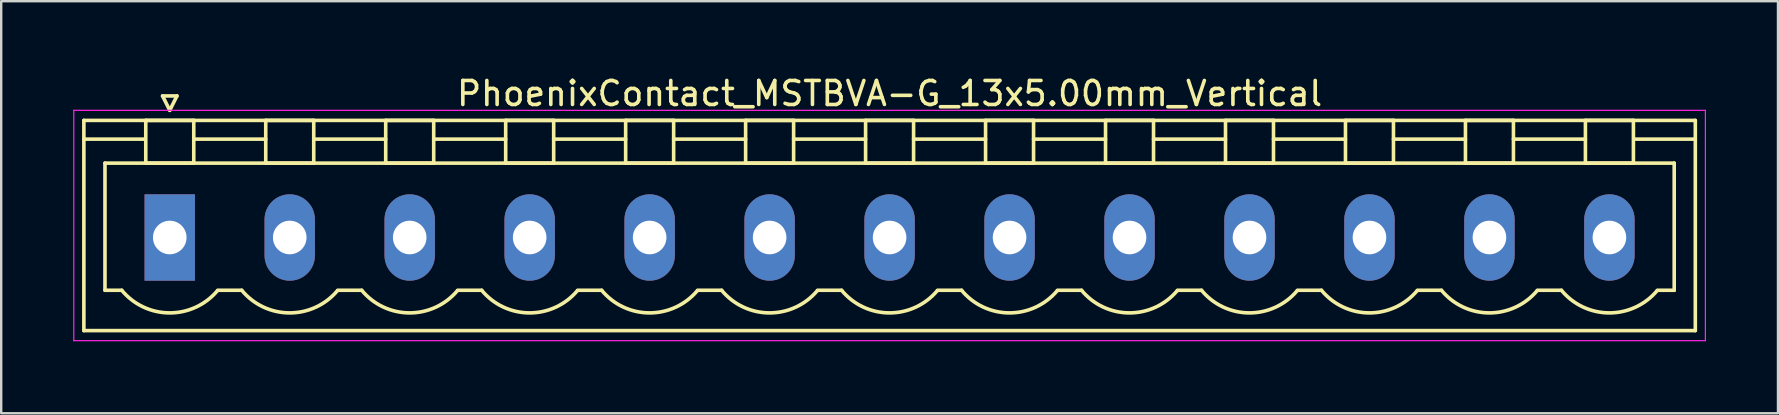
<source format=kicad_pcb>
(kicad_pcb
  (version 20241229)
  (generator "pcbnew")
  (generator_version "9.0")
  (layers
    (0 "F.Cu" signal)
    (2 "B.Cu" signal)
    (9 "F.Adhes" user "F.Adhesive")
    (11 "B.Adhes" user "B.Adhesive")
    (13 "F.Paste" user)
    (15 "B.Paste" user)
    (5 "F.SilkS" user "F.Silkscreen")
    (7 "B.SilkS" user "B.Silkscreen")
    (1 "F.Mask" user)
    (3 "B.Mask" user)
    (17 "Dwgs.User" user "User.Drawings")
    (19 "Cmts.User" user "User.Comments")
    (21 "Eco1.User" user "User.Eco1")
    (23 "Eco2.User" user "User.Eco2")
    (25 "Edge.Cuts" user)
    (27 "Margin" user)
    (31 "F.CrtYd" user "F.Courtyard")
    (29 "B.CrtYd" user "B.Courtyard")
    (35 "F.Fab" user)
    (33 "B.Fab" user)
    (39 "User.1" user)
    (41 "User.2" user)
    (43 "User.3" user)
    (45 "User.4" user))
  (footprint "PhoenixContact_MSTBVA-G_13x5.00mm_Vertical"
    (layer "F.Cu")
    (at 4.025 6.848)
    (property "Reference" "PhoenixContact_MSTBVA-G_13x5.00mm_Vertical" (at 30 -6 0) (layer "F.SilkS") (effects (font (size 1 1) (thickness 0.15))))
    (attr through_hole)
    (fp_line (start -3.58 -4.88) (end -3.58 3.88) (stroke (width 0.15) (type solid)) (layer "F.SilkS"))
    (fp_line (start -3.58 -4.1) (end -1.08 -4.1) (stroke (width 0.15) (type solid)) (layer "F.SilkS"))
    (fp_line (start -3.58 3.88) (end 63.58 3.88) (stroke (width 0.15) (type solid)) (layer "F.SilkS"))
    (fp_line (start -2.7 -3.1) (end 62.7 -3.1) (stroke (width 0.15) (type solid)) (layer "F.SilkS"))
    (fp_line (start -2.7 2.2) (end -2.7 -3.1) (stroke (width 0.15) (type solid)) (layer "F.SilkS"))
    (fp_line (start -2 2.2) (end -2.7 2.2) (stroke (width 0.15) (type solid)) (layer "F.SilkS"))
    (fp_line (start -1 -4.88) (end 1 -4.88) (stroke (width 0.15) (type solid)) (layer "F.SilkS"))
    (fp_line (start -1 -3.1) (end -1 -4.88) (stroke (width 0.15) (type solid)) (layer "F.SilkS"))
    (fp_line (start -0.3 -5.9) (end 0 -5.3) (stroke (width 0.15) (type solid)) (layer "F.SilkS"))
    (fp_line (start 0 -5.3) (end 0.3 -5.9) (stroke (width 0.15) (type solid)) (layer "F.SilkS"))
    (fp_line (start 0.3 -5.9) (end -0.3 -5.9) (stroke (width 0.15) (type solid)) (layer "F.SilkS"))
    (fp_line (start 1 -4.88) (end 1 -3.1) (stroke (width 0.15) (type solid)) (layer "F.SilkS"))
    (fp_line (start 1 -4.1) (end 4 -4.1) (stroke (width 0.15) (type solid)) (layer "F.SilkS"))
    (fp_line (start 1 -3.1) (end -1 -3.1) (stroke (width 0.15) (type solid)) (layer "F.SilkS"))
    (fp_line (start 2 2.2) (end 3 2.2) (stroke (width 0.15) (type solid)) (layer "F.SilkS"))
    (fp_line (start 4 -4.88) (end 6 -4.88) (stroke (width 0.15) (type solid)) (layer "F.SilkS"))
    (fp_line (start 4 -3.1) (end 4 -4.88) (stroke (width 0.15) (type solid)) (layer "F.SilkS"))
    (fp_line (start 6 -4.88) (end 6 -3.1) (stroke (width 0.15) (type solid)) (layer "F.SilkS"))
    (fp_line (start 6 -4.1) (end 9 -4.1) (stroke (width 0.15) (type solid)) (layer "F.SilkS"))
    (fp_line (start 6 -3.1) (end 4 -3.1) (stroke (width 0.15) (type solid)) (layer "F.SilkS"))
    (fp_line (start 7 2.2) (end 8 2.2) (stroke (width 0.15) (type solid)) (layer "F.SilkS"))
    (fp_line (start 9 -4.88) (end 11 -4.88) (stroke (width 0.15) (type solid)) (layer "F.SilkS"))
    (fp_line (start 9 -3.1) (end 9 -4.88) (stroke (width 0.15) (type solid)) (layer "F.SilkS"))
    (fp_line (start 11 -4.88) (end 11 -3.1) (stroke (width 0.15) (type solid)) (layer "F.SilkS"))
    (fp_line (start 11 -4.1) (end 14 -4.1) (stroke (width 0.15) (type solid)) (layer "F.SilkS"))
    (fp_line (start 11 -3.1) (end 9 -3.1) (stroke (width 0.15) (type solid)) (layer "F.SilkS"))
    (fp_line (start 12 2.2) (end 13 2.2) (stroke (width 0.15) (type solid)) (layer "F.SilkS"))
    (fp_line (start 14 -4.88) (end 16 -4.88) (stroke (width 0.15) (type solid)) (layer "F.SilkS"))
    (fp_line (start 14 -3.1) (end 14 -4.88) (stroke (width 0.15) (type solid)) (layer "F.SilkS"))
    (fp_line (start 16 -4.88) (end 16 -3.1) (stroke (width 0.15) (type solid)) (layer "F.SilkS"))
    (fp_line (start 16 -4.1) (end 19 -4.1) (stroke (width 0.15) (type solid)) (layer "F.SilkS"))
    (fp_line (start 16 -3.1) (end 14 -3.1) (stroke (width 0.15) (type solid)) (layer "F.SilkS"))
    (fp_line (start 17 2.2) (end 18 2.2) (stroke (width 0.15) (type solid)) (layer "F.SilkS"))
    (fp_line (start 19 -4.88) (end 21 -4.88) (stroke (width 0.15) (type solid)) (layer "F.SilkS"))
    (fp_line (start 19 -3.1) (end 19 -4.88) (stroke (width 0.15) (type solid)) (layer "F.SilkS"))
    (fp_line (start 21 -4.88) (end 21 -3.1) (stroke (width 0.15) (type solid)) (layer "F.SilkS"))
    (fp_line (start 21 -4.1) (end 24 -4.1) (stroke (width 0.15) (type solid)) (layer "F.SilkS"))
    (fp_line (start 21 -3.1) (end 19 -3.1) (stroke (width 0.15) (type solid)) (layer "F.SilkS"))
    (fp_line (start 22 2.2) (end 23 2.2) (stroke (width 0.15) (type solid)) (layer "F.SilkS"))
    (fp_line (start 24 -4.88) (end 26 -4.88) (stroke (width 0.15) (type solid)) (layer "F.SilkS"))
    (fp_line (start 24 -3.1) (end 24 -4.88) (stroke (width 0.15) (type solid)) (layer "F.SilkS"))
    (fp_line (start 26 -4.88) (end 26 -3.1) (stroke (width 0.15) (type solid)) (layer "F.SilkS"))
    (fp_line (start 26 -4.1) (end 29 -4.1) (stroke (width 0.15) (type solid)) (layer "F.SilkS"))
    (fp_line (start 26 -3.1) (end 24 -3.1) (stroke (width 0.15) (type solid)) (layer "F.SilkS"))
    (fp_line (start 27 2.2) (end 28 2.2) (stroke (width 0.15) (type solid)) (layer "F.SilkS"))
    (fp_line (start 29 -4.88) (end 31 -4.88) (stroke (width 0.15) (type solid)) (layer "F.SilkS"))
    (fp_line (start 29 -3.1) (end 29 -4.88) (stroke (width 0.15) (type solid)) (layer "F.SilkS"))
    (fp_line (start 31 -4.88) (end 31 -3.1) (stroke (width 0.15) (type solid)) (layer "F.SilkS"))
    (fp_line (start 31 -4.1) (end 34 -4.1) (stroke (width 0.15) (type solid)) (layer "F.SilkS"))
    (fp_line (start 31 -3.1) (end 29 -3.1) (stroke (width 0.15) (type solid)) (layer "F.SilkS"))
    (fp_line (start 32 2.2) (end 33 2.2) (stroke (width 0.15) (type solid)) (layer "F.SilkS"))
    (fp_line (start 34 -4.88) (end 36 -4.88) (stroke (width 0.15) (type solid)) (layer "F.SilkS"))
    (fp_line (start 34 -3.1) (end 34 -4.88) (stroke (width 0.15) (type solid)) (layer "F.SilkS"))
    (fp_line (start 36 -4.88) (end 36 -3.1) (stroke (width 0.15) (type solid)) (layer "F.SilkS"))
    (fp_line (start 36 -4.1) (end 39 -4.1) (stroke (width 0.15) (type solid)) (layer "F.SilkS"))
    (fp_line (start 36 -3.1) (end 34 -3.1) (stroke (width 0.15) (type solid)) (layer "F.SilkS"))
    (fp_line (start 37 2.2) (end 38 2.2) (stroke (width 0.15) (type solid)) (layer "F.SilkS"))
    (fp_line (start 39 -4.88) (end 41 -4.88) (stroke (width 0.15) (type solid)) (layer "F.SilkS"))
    (fp_line (start 39 -3.1) (end 39 -4.88) (stroke (width 0.15) (type solid)) (layer "F.SilkS"))
    (fp_line (start 41 -4.88) (end 41 -3.1) (stroke (width 0.15) (type solid)) (layer "F.SilkS"))
    (fp_line (start 41 -4.1) (end 44 -4.1) (stroke (width 0.15) (type solid)) (layer "F.SilkS"))
    (fp_line (start 41 -3.1) (end 39 -3.1) (stroke (width 0.15) (type solid)) (layer "F.SilkS"))
    (fp_line (start 42 2.2) (end 43 2.2) (stroke (width 0.15) (type solid)) (layer "F.SilkS"))
    (fp_line (start 44 -4.88) (end 46 -4.88) (stroke (width 0.15) (type solid)) (layer "F.SilkS"))
    (fp_line (start 44 -3.1) (end 44 -4.88) (stroke (width 0.15) (type solid)) (layer "F.SilkS"))
    (fp_line (start 46 -4.88) (end 46 -3.1) (stroke (width 0.15) (type solid)) (layer "F.SilkS"))
    (fp_line (start 46 -4.1) (end 49 -4.1) (stroke (width 0.15) (type solid)) (layer "F.SilkS"))
    (fp_line (start 46 -3.1) (end 44 -3.1) (stroke (width 0.15) (type solid)) (layer "F.SilkS"))
    (fp_line (start 47 2.2) (end 48 2.2) (stroke (width 0.15) (type solid)) (layer "F.SilkS"))
    (fp_line (start 49 -4.88) (end 51 -4.88) (stroke (width 0.15) (type solid)) (layer "F.SilkS"))
    (fp_line (start 49 -3.1) (end 49 -4.88) (stroke (width 0.15) (type solid)) (layer "F.SilkS"))
    (fp_line (start 51 -4.88) (end 51 -3.1) (stroke (width 0.15) (type solid)) (layer "F.SilkS"))
    (fp_line (start 51 -4.1) (end 54 -4.1) (stroke (width 0.15) (type solid)) (layer "F.SilkS"))
    (fp_line (start 51 -3.1) (end 49 -3.1) (stroke (width 0.15) (type solid)) (layer "F.SilkS"))
    (fp_line (start 52 2.2) (end 53 2.2) (stroke (width 0.15) (type solid)) (layer "F.SilkS"))
    (fp_line (start 54 -4.88) (end 56 -4.88) (stroke (width 0.15) (type solid)) (layer "F.SilkS"))
    (fp_line (start 54 -3.1) (end 54 -4.88) (stroke (width 0.15) (type solid)) (layer "F.SilkS"))
    (fp_line (start 56 -4.88) (end 56 -3.1) (stroke (width 0.15) (type solid)) (layer "F.SilkS"))
    (fp_line (start 56 -4.1) (end 59 -4.1) (stroke (width 0.15) (type solid)) (layer "F.SilkS"))
    (fp_line (start 56 -3.1) (end 54 -3.1) (stroke (width 0.15) (type solid)) (layer "F.SilkS"))
    (fp_line (start 57 2.2) (end 58 2.2) (stroke (width 0.15) (type solid)) (layer "F.SilkS"))
    (fp_line (start 59 -4.88) (end 61 -4.88) (stroke (width 0.15) (type solid)) (layer "F.SilkS"))
    (fp_line (start 59 -3.1) (end 59 -4.88) (stroke (width 0.15) (type solid)) (layer "F.SilkS"))
    (fp_line (start 61 -4.88) (end 61 -3.1) (stroke (width 0.15) (type solid)) (layer "F.SilkS"))
    (fp_line (start 61 -3.1) (end 59 -3.1) (stroke (width 0.15) (type solid)) (layer "F.SilkS"))
    (fp_line (start 62.7 -3.1) (end 62.7 2.2) (stroke (width 0.15) (type solid)) (layer "F.SilkS"))
    (fp_line (start 62.7 2.2) (end 62 2.2) (stroke (width 0.15) (type solid)) (layer "F.SilkS"))
    (fp_line (start 63.58 -4.88) (end -3.58 -4.88) (stroke (width 0.15) (type solid)) (layer "F.SilkS"))
    (fp_line (start 63.58 -4.1) (end 61.08 -4.1) (stroke (width 0.15) (type solid)) (layer "F.SilkS"))
    (fp_line (start 63.58 3.88) (end 63.58 -4.88) (stroke (width 0.15) (type solid)) (layer "F.SilkS"))
    (fp_arc (start 1.986842 2.215821) (mid -0.010289 3.142758) (end -2 2.2) (stroke (width 0.15) (type solid)) (layer "F.SilkS"))
    (fp_arc (start 6.986842 2.215821) (mid 4.989711 3.142758) (end 3 2.2) (stroke (width 0.15) (type solid)) (layer "F.SilkS"))
    (fp_arc (start 11.986842 2.215821) (mid 9.989711 3.142758) (end 8 2.2) (stroke (width 0.15) (type solid)) (layer "F.SilkS"))
    (fp_arc (start 16.986842 2.215821) (mid 14.989711 3.142758) (end 13 2.2) (stroke (width 0.15) (type solid)) (layer "F.SilkS"))
    (fp_arc (start 21.986842 2.215821) (mid 19.989711 3.142758) (end 18 2.2) (stroke (width 0.15) (type solid)) (layer "F.SilkS"))
    (fp_arc (start 26.986842 2.215821) (mid 24.989711 3.142758) (end 23 2.2) (stroke (width 0.15) (type solid)) (layer "F.SilkS"))
    (fp_arc (start 31.986842 2.215821) (mid 29.989711 3.142758) (end 28 2.2) (stroke (width 0.15) (type solid)) (layer "F.SilkS"))
    (fp_arc (start 36.986842 2.215821) (mid 34.989711 3.142758) (end 33 2.2) (stroke (width 0.15) (type solid)) (layer "F.SilkS"))
    (fp_arc (start 41.986842 2.215821) (mid 39.989711 3.142758) (end 38 2.2) (stroke (width 0.15) (type solid)) (layer "F.SilkS"))
    (fp_arc (start 46.986842 2.215821) (mid 44.989711 3.142758) (end 43 2.2) (stroke (width 0.15) (type solid)) (layer "F.SilkS"))
    (fp_arc (start 51.986842 2.215821) (mid 49.989711 3.142758) (end 48 2.2) (stroke (width 0.15) (type solid)) (layer "F.SilkS"))
    (fp_arc (start 56.986842 2.215821) (mid 54.989711 3.142758) (end 53 2.2) (stroke (width 0.15) (type solid)) (layer "F.SilkS"))
    (fp_arc (start 61.986842 2.215821) (mid 59.989711 3.142758) (end 58 2.2) (stroke (width 0.15) (type solid)) (layer "F.SilkS"))
    (fp_line (start -4 -5.3) (end -4 4.3) (stroke (width 0.05) (type solid)) (layer "F.CrtYd"))
    (fp_line (start -4 4.3) (end 64 4.3) (stroke (width 0.05) (type solid)) (layer "F.CrtYd"))
    (fp_line (start 64 -5.3) (end -4 -5.3) (stroke (width 0.05) (type solid)) (layer "F.CrtYd"))
    (fp_line (start 64 4.3) (end 64 -5.3) (stroke (width 0.05) (type solid)) (layer "F.CrtYd"))
    (pad "1" thru_hole rect (at 0 0) (size 2.1 3.6) (drill 1.4) (layers "*.Cu" "*.Mask"))
    (pad "2" thru_hole oval (at 5 0) (size 2.1 3.6) (drill 1.4) (layers "*.Cu" "*.Mask"))
    (pad "3" thru_hole oval (at 10 0) (size 2.1 3.6) (drill 1.4) (layers "*.Cu" "*.Mask"))
    (pad "4" thru_hole oval (at 15 0) (size 2.1 3.6) (drill 1.4) (layers "*.Cu" "*.Mask"))
    (pad "5" thru_hole oval (at 20 0) (size 2.1 3.6) (drill 1.4) (layers "*.Cu" "*.Mask"))
    (pad "6" thru_hole oval (at 25 0) (size 2.1 3.6) (drill 1.4) (layers "*.Cu" "*.Mask"))
    (pad "7" thru_hole oval (at 30 0) (size 2.1 3.6) (drill 1.4) (layers "*.Cu" "*.Mask"))
    (pad "8" thru_hole oval (at 35 0) (size 2.1 3.6) (drill 1.4) (layers "*.Cu" "*.Mask"))
    (pad "9" thru_hole oval (at 40 0) (size 2.1 3.6) (drill 1.4) (layers "*.Cu" "*.Mask"))
    (pad "10" thru_hole oval (at 45 0) (size 2.1 3.6) (drill 1.4) (layers "*.Cu" "*.Mask"))
    (pad "11" thru_hole oval (at 50 0) (size 2.1 3.6) (drill 1.4) (layers "*.Cu" "*.Mask"))
    (pad "12" thru_hole oval (at 55 0) (size 2.1 3.6) (drill 1.4) (layers "*.Cu" "*.Mask"))
    (pad "13" thru_hole oval (at 60 0) (size 2.1 3.6) (drill 1.4) (layers "*.Cu" "*.Mask")))
  (gr_rect
    (start -3 -3)
    (end 71.05 14.173)
    (stroke (width 0.1) (type default))
    (fill no)
    (layer "Edge.Cuts")))
</source>
